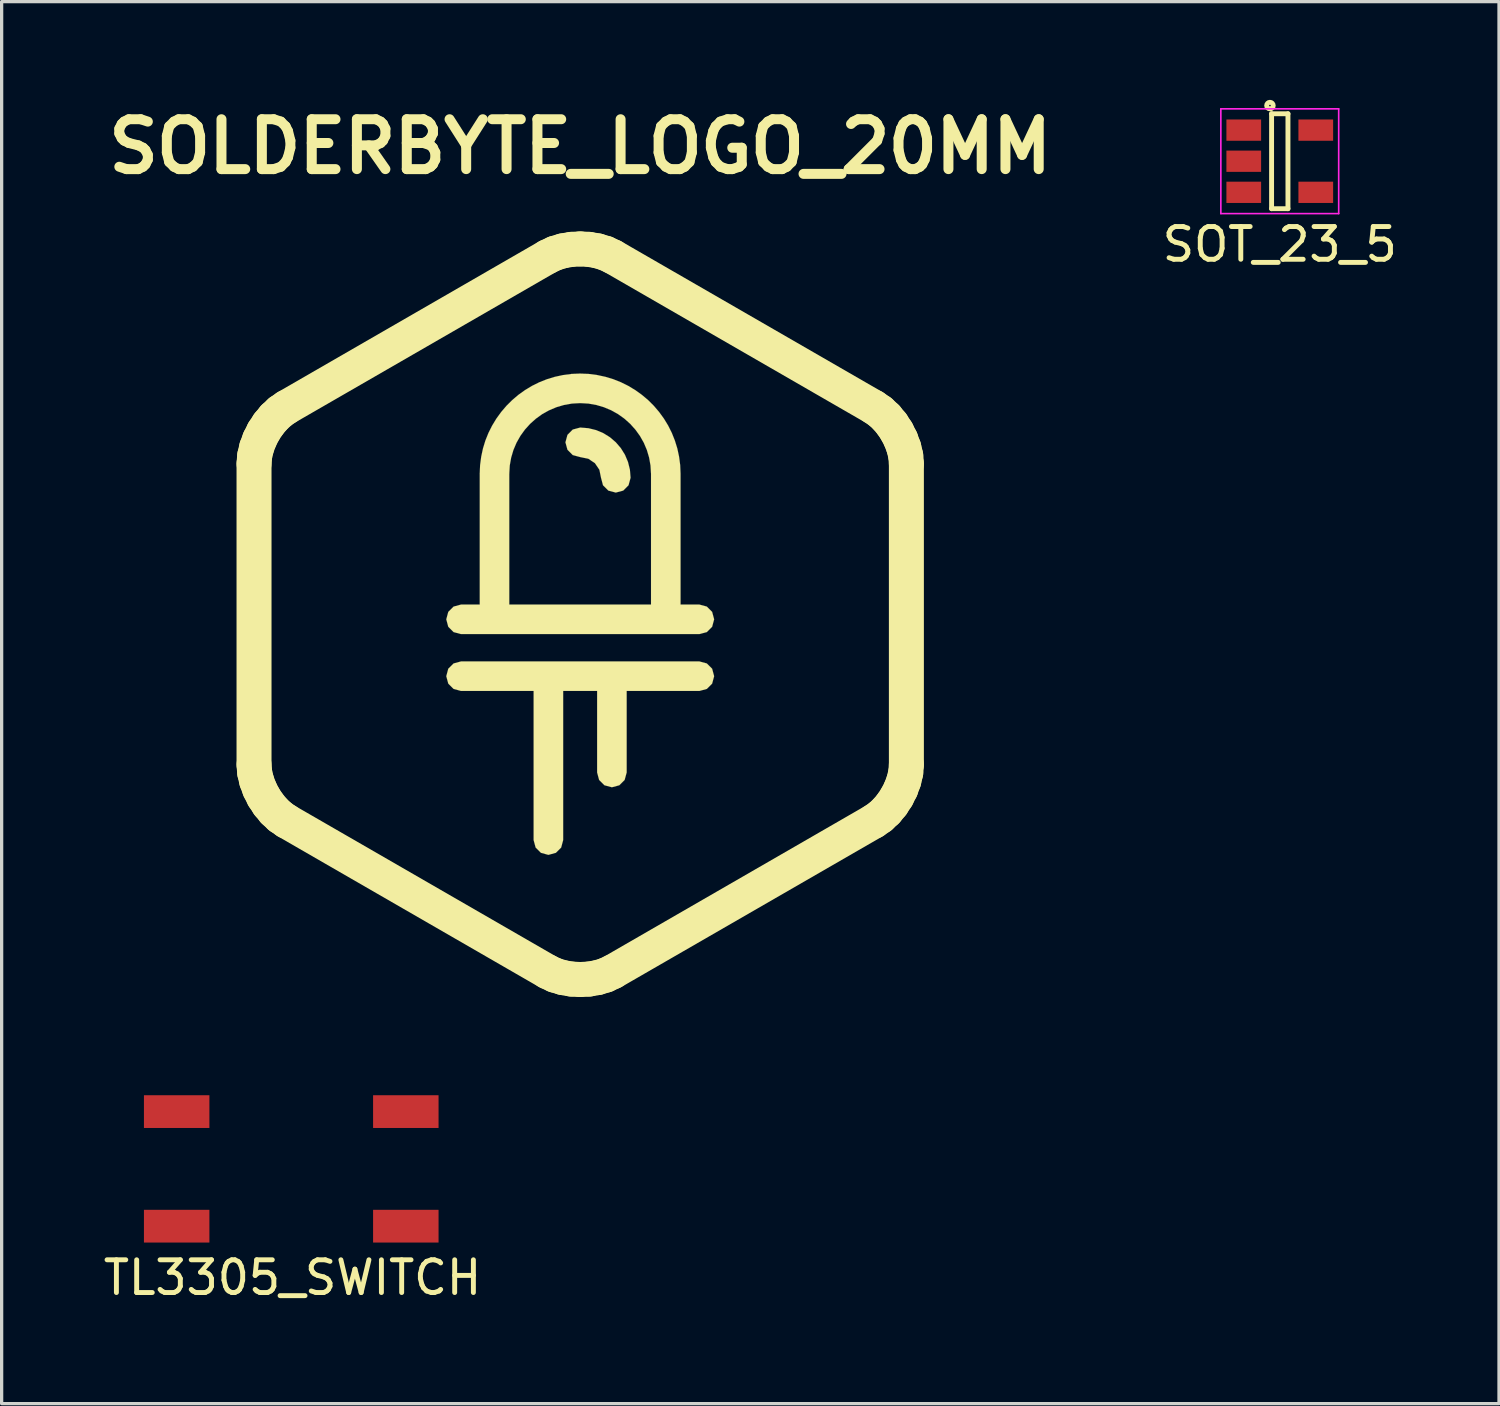
<source format=kicad_pcb>
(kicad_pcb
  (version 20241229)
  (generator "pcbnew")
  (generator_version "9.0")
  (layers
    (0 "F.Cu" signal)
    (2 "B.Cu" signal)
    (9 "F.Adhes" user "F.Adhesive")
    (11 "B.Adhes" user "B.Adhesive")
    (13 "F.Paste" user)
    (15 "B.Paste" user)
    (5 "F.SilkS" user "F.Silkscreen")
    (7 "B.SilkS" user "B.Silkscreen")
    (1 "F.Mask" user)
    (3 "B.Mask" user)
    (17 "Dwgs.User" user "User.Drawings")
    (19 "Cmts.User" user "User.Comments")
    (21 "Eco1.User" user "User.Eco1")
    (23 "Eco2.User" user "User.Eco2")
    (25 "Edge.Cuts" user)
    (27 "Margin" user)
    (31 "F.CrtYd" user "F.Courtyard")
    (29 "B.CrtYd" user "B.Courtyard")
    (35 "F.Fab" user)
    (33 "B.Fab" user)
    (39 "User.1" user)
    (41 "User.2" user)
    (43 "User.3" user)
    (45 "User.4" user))
  (footprint "SOLDERBYTE_LOGO_20MM"
    (layer "F.Cu")
    (at 14.674 15.713)
    (property "Reference" "SOLDERBYTE_LOGO_20MM" (at 0 -14.286 0) (layer "F.SilkS") (effects (font (size 1.524 1.524) (thickness 0.305))))
    (attr through_hole)
    (fp_line (start -9.964 -4.599) (end -9.944 -4.841) (stroke (width 1.069) (type solid)) (layer "F.SilkS"))
    (fp_line (start -9.964 4.599) (end -9.964 -4.599) (stroke (width 1.069) (type solid)) (layer "F.SilkS"))
    (fp_line (start -9.944 -4.841) (end -9.885 -5.091) (stroke (width 1.069) (type solid)) (layer "F.SilkS"))
    (fp_line (start -9.944 4.841) (end -9.964 4.599) (stroke (width 1.069) (type solid)) (layer "F.SilkS"))
    (fp_line (start -9.885 -5.091) (end -9.793 -5.339) (stroke (width 1.069) (type solid)) (layer "F.SilkS"))
    (fp_line (start -9.885 5.091) (end -9.944 4.841) (stroke (width 1.069) (type solid)) (layer "F.SilkS"))
    (fp_line (start -9.793 -5.339) (end -9.672 -5.58) (stroke (width 1.069) (type solid)) (layer "F.SilkS"))
    (fp_line (start -9.793 5.339) (end -9.885 5.091) (stroke (width 1.069) (type solid)) (layer "F.SilkS"))
    (fp_line (start -9.672 -5.58) (end -9.524 -5.805) (stroke (width 1.069) (type solid)) (layer "F.SilkS"))
    (fp_line (start -9.672 5.58) (end -9.793 5.339) (stroke (width 1.069) (type solid)) (layer "F.SilkS"))
    (fp_line (start -9.524 -5.805) (end -9.355 -6.009) (stroke (width 1.069) (type solid)) (layer "F.SilkS"))
    (fp_line (start -9.524 5.805) (end -9.672 5.58) (stroke (width 1.069) (type solid)) (layer "F.SilkS"))
    (fp_line (start -9.355 -6.009) (end -9.168 -6.184) (stroke (width 1.069) (type solid)) (layer "F.SilkS"))
    (fp_line (start -9.355 6.009) (end -9.524 5.805) (stroke (width 1.069) (type solid)) (layer "F.SilkS"))
    (fp_line (start -9.168 -6.184) (end -8.968 -6.323) (stroke (width 1.069) (type solid)) (layer "F.SilkS"))
    (fp_line (start -9.168 6.184) (end -9.355 6.009) (stroke (width 1.069) (type solid)) (layer "F.SilkS"))
    (fp_line (start -8.968 -6.323) (end -0.996 -10.922) (stroke (width 1.069) (type solid)) (layer "F.SilkS"))
    (fp_line (start -8.968 6.323) (end -9.168 6.184) (stroke (width 1.069) (type solid)) (layer "F.SilkS"))
    (fp_line (start -0.996 -10.922) (end -0.776 -11.026) (stroke (width 1.069) (type solid)) (layer "F.SilkS"))
    (fp_line (start -0.996 10.922) (end -8.968 6.323) (stroke (width 1.069) (type solid)) (layer "F.SilkS"))
    (fp_line (start -0.776 -11.026) (end -0.531 -11.1) (stroke (width 1.069) (type solid)) (layer "F.SilkS"))
    (fp_line (start -0.776 11.026) (end -0.996 10.922) (stroke (width 1.069) (type solid)) (layer "F.SilkS"))
    (fp_line (start -0.531 -11.1) (end -0.269 -11.145) (stroke (width 1.069) (type solid)) (layer "F.SilkS"))
    (fp_line (start -0.531 11.1) (end -0.776 11.026) (stroke (width 1.069) (type solid)) (layer "F.SilkS"))
    (fp_line (start -0.269 -11.145) (end -0.000017 -11.159) (stroke (width 1.069) (type solid)) (layer "F.SilkS"))
    (fp_line (start -0.269 11.145) (end -0.531 11.1) (stroke (width 1.069) (type solid)) (layer "F.SilkS"))
    (fp_line (start -0.000017 -11.159) (end 0.269 -11.145) (stroke (width 1.069) (type solid)) (layer "F.SilkS"))
    (fp_line (start -0.000017 11.159) (end -0.269 11.145) (stroke (width 1.069) (type solid)) (layer "F.SilkS"))
    (fp_line (start 0.269 -11.145) (end 0.531 -11.1) (stroke (width 1.069) (type solid)) (layer "F.SilkS"))
    (fp_line (start 0.269 11.145) (end -0.000017 11.159) (stroke (width 1.069) (type solid)) (layer "F.SilkS"))
    (fp_line (start 0.531 -11.1) (end 0.775 -11.026) (stroke (width 1.069) (type solid)) (layer "F.SilkS"))
    (fp_line (start 0.531 11.1) (end 0.269 11.145) (stroke (width 1.069) (type solid)) (layer "F.SilkS"))
    (fp_line (start 0.775 -11.026) (end 0.996 -10.922) (stroke (width 1.069) (type solid)) (layer "F.SilkS"))
    (fp_line (start 0.775 11.026) (end 0.531 11.1) (stroke (width 1.069) (type solid)) (layer "F.SilkS"))
    (fp_line (start 0.996 -10.922) (end 8.968 -6.323) (stroke (width 1.069) (type solid)) (layer "F.SilkS"))
    (fp_line (start 0.996 10.922) (end 0.775 11.026) (stroke (width 1.069) (type solid)) (layer "F.SilkS"))
    (fp_line (start 8.968 -6.323) (end 9.168 -6.184) (stroke (width 1.069) (type solid)) (layer "F.SilkS"))
    (fp_line (start 8.968 6.323) (end 0.996 10.922) (stroke (width 1.069) (type solid)) (layer "F.SilkS"))
    (fp_line (start 9.168 -6.184) (end 9.355 -6.009) (stroke (width 1.069) (type solid)) (layer "F.SilkS"))
    (fp_line (start 9.168 6.184) (end 8.968 6.323) (stroke (width 1.069) (type solid)) (layer "F.SilkS"))
    (fp_line (start 9.355 -6.009) (end 9.524 -5.805) (stroke (width 1.069) (type solid)) (layer "F.SilkS"))
    (fp_line (start 9.355 6.009) (end 9.168 6.184) (stroke (width 1.069) (type solid)) (layer "F.SilkS"))
    (fp_line (start 9.524 -5.805) (end 9.671 -5.58) (stroke (width 1.069) (type solid)) (layer "F.SilkS"))
    (fp_line (start 9.524 5.805) (end 9.355 6.009) (stroke (width 1.069) (type solid)) (layer "F.SilkS"))
    (fp_line (start 9.671 -5.58) (end 9.793 -5.339) (stroke (width 1.069) (type solid)) (layer "F.SilkS"))
    (fp_line (start 9.671 5.58) (end 9.524 5.805) (stroke (width 1.069) (type solid)) (layer "F.SilkS"))
    (fp_line (start 9.793 -5.339) (end 9.885 -5.091) (stroke (width 1.069) (type solid)) (layer "F.SilkS"))
    (fp_line (start 9.793 5.339) (end 9.671 5.58) (stroke (width 1.069) (type solid)) (layer "F.SilkS"))
    (fp_line (start 9.885 -5.091) (end 9.944 -4.841) (stroke (width 1.069) (type solid)) (layer "F.SilkS"))
    (fp_line (start 9.885 5.091) (end 9.793 5.339) (stroke (width 1.069) (type solid)) (layer "F.SilkS"))
    (fp_line (start 9.944 -4.841) (end 9.964 -4.599) (stroke (width 1.069) (type solid)) (layer "F.SilkS"))
    (fp_line (start 9.944 4.841) (end 9.885 5.091) (stroke (width 1.069) (type solid)) (layer "F.SilkS"))
    (fp_line (start 9.964 -4.599) (end 9.964 4.599) (stroke (width 1.069) (type solid)) (layer "F.SilkS"))
    (fp_line (start 9.964 4.599) (end 9.944 4.841) (stroke (width 1.069) (type solid)) (layer "F.SilkS"))
    (fp_poly (pts (xy -0.000008 -5.702) (xy -0.228 -5.641) (xy -0.389 -5.479) (xy -0.451 -5.251) (xy -0.389 -5.024) (xy -0.228 -4.862) (xy -0.000008 -4.8) (xy 0.247 -4.75) (xy 0.449 -4.615) (xy 0.586 -4.413) (xy 0.636 -4.167) (xy 0.697 -3.939) (xy 0.859 -3.777) (xy 1.087 -3.716) (xy 1.314 -3.777) (xy 1.476 -3.939) (xy 1.538 -4.167) (xy 1.518 -4.416) (xy 1.459 -4.652) (xy 1.366 -4.872) (xy 1.241 -5.073) (xy 1.087 -5.252) (xy 0.908 -5.406) (xy 0.706 -5.531) (xy 0.486 -5.624) (xy 0.249 -5.682) (xy -0.000008 -5.702)) (stroke (width 0.003) (type solid)) (fill yes) (layer "F.SilkS"))
    (fp_poly (pts (xy 3.64 2.344) (xy 3.868 2.282) (xy 4.03 2.12) (xy 4.091 1.893) (xy 4.03 1.665) (xy 3.868 1.504) (xy 3.64 1.442) (xy -3.64 1.442) (xy -3.868 1.504) (xy -4.03 1.665) (xy -4.091 1.893) (xy -4.03 2.12) (xy -3.868 2.282) (xy -3.64 2.344) (xy -1.423 2.344) (xy -1.423 6.9) (xy -1.361 7.128) (xy -1.199 7.289) (xy -0.972 7.351) (xy -0.744 7.289) (xy -0.582 7.128) (xy -0.521 6.9) (xy -0.521 2.344) (xy 0.517 2.344) (xy 0.517 4.835) (xy 0.578 5.063) (xy 0.74 5.225) (xy 0.968 5.286) (xy 1.195 5.225) (xy 1.357 5.063) (xy 1.419 4.835) (xy 1.419 2.344) (xy 3.64 2.344)) (stroke (width 0.003) (type solid)) (fill yes) (layer "F.SilkS"))
    (fp_poly (pts (xy -2.167 -4.291) (xy -2.079 -6.539) (xy -2.254 -6.365) (xy -2.415 -6.176) (xy -2.561 -5.975) (xy -2.69 -5.762) (xy -2.802 -5.539) (xy -2.896 -5.305) (xy -2.97 -5.063) (xy -3.024 -4.812) (xy -3.058 -4.555) (xy -3.069 -4.291) (xy -3.069 -0.295) (xy -3.64 -0.295) (xy -3.868 -0.233) (xy -4.03 -0.071) (xy -4.091 0.156) (xy -4.03 0.384) (xy -3.868 0.546) (xy -3.64 0.607) (xy 3.64 0.607) (xy 3.868 0.546) (xy 4.03 0.384) (xy 4.091 0.156) (xy 4.03 -0.071) (xy 3.868 -0.233) (xy 3.64 -0.295) (xy 3.065 -0.295) (xy 3.065 -4.292) (xy 3.054 -4.556) (xy 3.02 -4.813) (xy 2.966 -5.064) (xy 2.891 -5.306) (xy 2.798 -5.539) (xy 2.686 -5.763) (xy 2.557 -5.975) (xy 2.411 -6.176) (xy 2.25 -6.365) (xy 2.075 -6.54) (xy 1.885 -6.7) (xy 1.684 -6.845) (xy 1.47 -6.974) (xy 1.246 -7.085) (xy 1.013 -7.178) (xy 0.77 -7.252) (xy 0.519 -7.306) (xy 0.262 -7.34) (xy -0.002 -7.351) (xy -0.266 -7.34) (xy -0.523 -7.306) (xy -0.774 -7.252) (xy -1.017 -7.178) (xy -1.251 -7.085) (xy -1.475 -6.974) (xy -1.688 -6.845) (xy -1.89 -6.7) (xy -2.079 -6.539) (xy -2.167 -4.291) (xy -2.152 -4.543) (xy -2.109 -4.785) (xy -2.04 -5.018) (xy -1.946 -5.239) (xy -1.828 -5.447) (xy -1.689 -5.64) (xy -1.53 -5.816) (xy -1.353 -5.974) (xy -1.16 -6.113) (xy -0.951 -6.229) (xy -0.73 -6.323) (xy -0.496 -6.392) (xy -0.253 -6.435) (xy -0.002 -6.449) (xy 0.249 -6.435) (xy 0.492 -6.392) (xy 0.726 -6.323) (xy 0.947 -6.23) (xy 1.156 -6.113) (xy 1.349 -5.975) (xy 1.526 -5.817) (xy 1.685 -5.64) (xy 1.824 -5.448) (xy 1.942 -5.24) (xy 2.036 -5.019) (xy 2.105 -4.786) (xy 2.148 -4.543) (xy 2.163 -4.292) (xy 2.163 -0.295) (xy -2.167 -0.295) (xy -2.167 -4.291)) (stroke (width 0.003) (type solid)) (fill yes) (layer "F.SilkS")))
  (footprint "SOT_23_5"
    (layer "F.Cu")
    (at 36.044 1.875)
    (property "Reference" "SOT_23_5" (at 0 2.54 0) (layer "F.SilkS") (effects (font (size 1 1) (thickness 0.15))))
    (attr smd)
    (fp_line (start -0.25 -1.45) (end -0.25 1.45) (stroke (width 0.15) (type solid)) (layer "F.SilkS"))
    (fp_line (start -0.25 1.45) (end 0.25 1.45) (stroke (width 0.15) (type solid)) (layer "F.SilkS"))
    (fp_line (start 0.25 -1.45) (end -0.25 -1.45) (stroke (width 0.15) (type solid)) (layer "F.SilkS"))
    (fp_line (start 0.25 1.45) (end 0.25 -1.45) (stroke (width 0.15) (type solid)) (layer "F.SilkS"))
    (fp_circle (center -0.3 -1.7) (end -0.2 -1.7) (stroke (width 0.15) (type solid)) (fill no) (layer "F.SilkS"))
    (fp_line (start -1.8 -1.6) (end 1.8 -1.6) (stroke (width 0.05) (type solid)) (layer "F.CrtYd"))
    (fp_line (start -1.8 1.6) (end -1.8 -1.6) (stroke (width 0.05) (type solid)) (layer "F.CrtYd"))
    (fp_line (start 1.8 -1.6) (end 1.8 1.6) (stroke (width 0.05) (type solid)) (layer "F.CrtYd"))
    (fp_line (start 1.8 1.6) (end -1.8 1.6) (stroke (width 0.05) (type solid)) (layer "F.CrtYd"))
    (pad "1" smd rect (at -1.1 -0.95) (size 1.06 0.65) (layers "F.Cu" "F.Mask" "F.Paste"))
    (pad "2" smd rect (at -1.1 0) (size 1.06 0.65) (layers "F.Cu" "F.Mask" "F.Paste"))
    (pad "3" smd rect (at -1.1 0.95) (size 1.06 0.65) (layers "F.Cu" "F.Mask" "F.Paste"))
    (pad "4" smd rect (at 1.1 0.95) (size 1.06 0.65) (layers "F.Cu" "F.Mask" "F.Paste"))
    (pad "5" smd rect (at 1.1 -0.95) (size 1.06 0.65) (layers "F.Cu" "F.Mask" "F.Paste")))
  (footprint "TL3305_SWITCH"
    (layer "F.Cu")
    (at 3.347 31.407)
    (property "Reference" "TL3305_SWITCH" (at 2.54 4.572 0) (layer "F.SilkS") (effects (font (size 1 1) (thickness 0.15))))
    (attr through_hole)
    (pad "1" smd rect (at -1 3) (size 2 1) (layers "F.Cu" "F.Mask" "F.Paste"))
    (pad "2" smd rect (at 6 3) (size 2 1) (layers "F.Cu" "F.Mask" "F.Paste"))
    (pad "3" smd rect (at -1 -0.5) (size 2 1) (layers "F.Cu" "F.Mask" "F.Paste"))
    (pad "4" smd rect (at 6 -0.5) (size 2 1) (layers "F.Cu" "F.Mask" "F.Paste")))
  (gr_rect
    (start -3 -3)
    (end 42.741 39.827)
    (stroke (width 0.1) (type default))
    (fill no)
    (layer "Edge.Cuts")))
</source>
